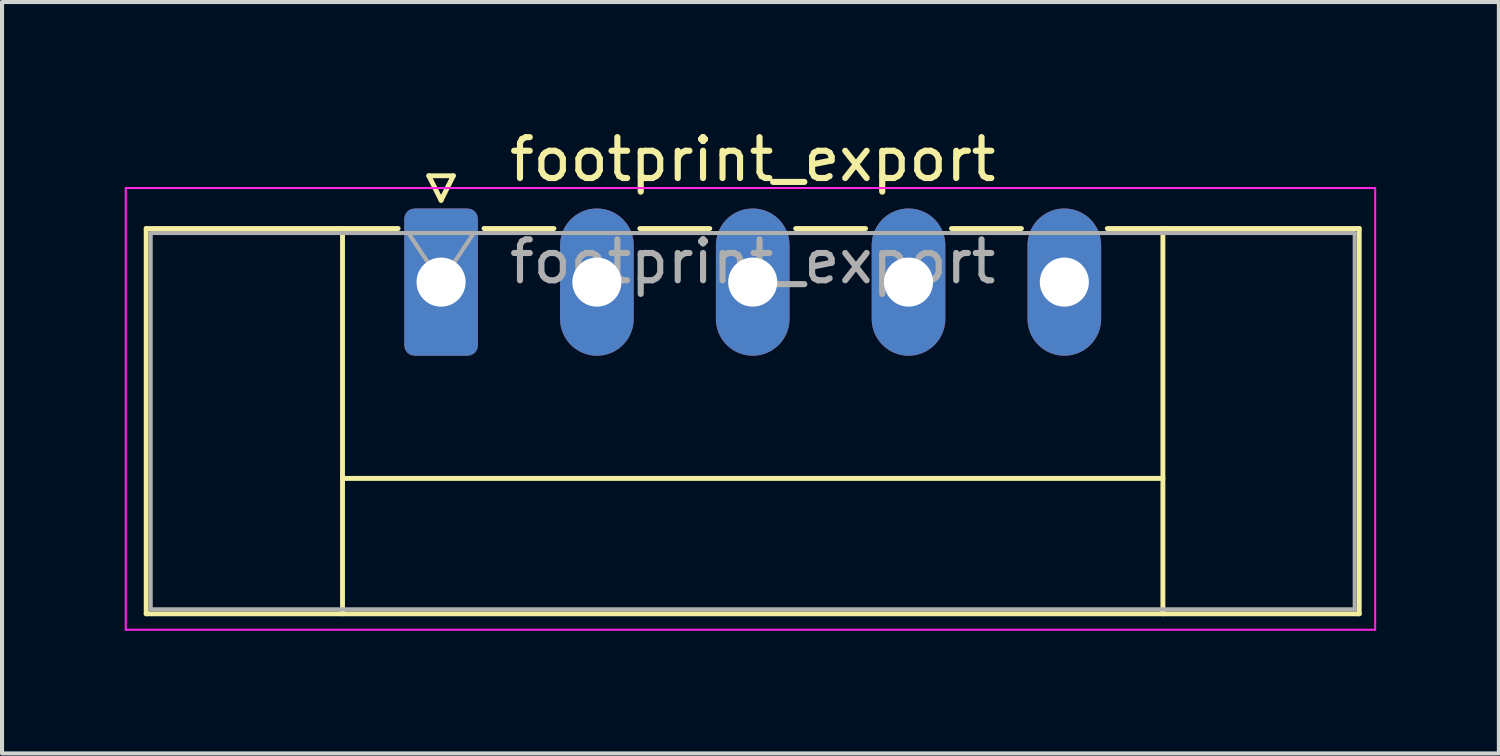
<source format=kicad_pcb>
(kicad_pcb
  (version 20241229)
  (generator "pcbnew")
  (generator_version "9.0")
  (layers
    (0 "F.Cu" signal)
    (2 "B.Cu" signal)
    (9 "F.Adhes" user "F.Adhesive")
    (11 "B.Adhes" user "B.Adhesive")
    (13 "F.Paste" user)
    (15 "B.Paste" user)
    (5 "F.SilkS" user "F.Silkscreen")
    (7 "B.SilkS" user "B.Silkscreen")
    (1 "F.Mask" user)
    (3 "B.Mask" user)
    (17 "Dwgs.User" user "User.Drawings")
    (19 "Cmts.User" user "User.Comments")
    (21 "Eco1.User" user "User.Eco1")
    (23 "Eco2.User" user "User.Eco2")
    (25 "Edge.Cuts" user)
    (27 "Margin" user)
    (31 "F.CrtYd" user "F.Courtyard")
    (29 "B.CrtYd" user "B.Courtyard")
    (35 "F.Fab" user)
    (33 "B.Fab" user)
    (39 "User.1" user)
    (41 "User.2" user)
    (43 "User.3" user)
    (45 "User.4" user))
  (footprint "footprint_export"
    (layer "F.Cu")
    (at 7.735 3.848)
    (property "Reference" "footprint_export" (at 7.62 -3 0) (layer "F.SilkS") (effects (font (size 1 1) (thickness 0.15))))
    (attr through_hole)
    (fp_line (start -7.21 -1.31) (end -7.21 8.11) (stroke (width 0.12) (type solid)) (layer "F.SilkS"))
    (fp_line (start -7.21 -1.31) (end -1.05 -1.31) (stroke (width 0.12) (type solid)) (layer "F.SilkS"))
    (fp_line (start -7.21 8.11) (end 22.45 8.11) (stroke (width 0.12) (type solid)) (layer "F.SilkS"))
    (fp_line (start -2.41 -1.31) (end -2.41 8.11) (stroke (width 0.12) (type solid)) (layer "F.SilkS"))
    (fp_line (start -2.41 4.8) (end 17.65 4.8) (stroke (width 0.12) (type solid)) (layer "F.SilkS"))
    (fp_line (start -0.3 -2.6) (end 0.3 -2.6) (stroke (width 0.12) (type solid)) (layer "F.SilkS"))
    (fp_line (start 0 -2) (end -0.3 -2.6) (stroke (width 0.12) (type solid)) (layer "F.SilkS"))
    (fp_line (start 0.3 -2.6) (end 0 -2) (stroke (width 0.12) (type solid)) (layer "F.SilkS"))
    (fp_line (start 1.05 -1.31) (end 2.76 -1.31) (stroke (width 0.12) (type solid)) (layer "F.SilkS"))
    (fp_line (start 4.86 -1.31) (end 6.57 -1.31) (stroke (width 0.12) (type solid)) (layer "F.SilkS"))
    (fp_line (start 8.67 -1.31) (end 10.38 -1.31) (stroke (width 0.12) (type solid)) (layer "F.SilkS"))
    (fp_line (start 12.48 -1.31) (end 14.19 -1.31) (stroke (width 0.12) (type solid)) (layer "F.SilkS"))
    (fp_line (start 17.65 -1.31) (end 17.65 8.11) (stroke (width 0.12) (type solid)) (layer "F.SilkS"))
    (fp_line (start 22.45 -1.31) (end 16.29 -1.31) (stroke (width 0.12) (type solid)) (layer "F.SilkS"))
    (fp_line (start 22.45 8.11) (end 22.45 -1.31) (stroke (width 0.12) (type solid)) (layer "F.SilkS"))
    (fp_line (start -7.71 -2.3) (end -7.71 8.5) (stroke (width 0.05) (type solid)) (layer "F.CrtYd"))
    (fp_line (start -7.71 8.5) (end 22.84 8.5) (stroke (width 0.05) (type solid)) (layer "F.CrtYd"))
    (fp_line (start 22.84 -2.3) (end -7.71 -2.3) (stroke (width 0.05) (type solid)) (layer "F.CrtYd"))
    (fp_line (start 22.84 8.5) (end 22.84 -2.3) (stroke (width 0.05) (type solid)) (layer "F.CrtYd"))
    (fp_line (start -7.1 -1.2) (end -7.1 8) (stroke (width 0.1) (type solid)) (layer "F.Fab"))
    (fp_line (start -7.1 8) (end 22.34 8) (stroke (width 0.1) (type solid)) (layer "F.Fab"))
    (fp_line (start 0 0) (end -0.8 -1.2) (stroke (width 0.1) (type solid)) (layer "F.Fab"))
    (fp_line (start 0.8 -1.2) (end 0 0) (stroke (width 0.1) (type solid)) (layer "F.Fab"))
    (fp_line (start 22.34 -1.2) (end -7.1 -1.2) (stroke (width 0.1) (type solid)) (layer "F.Fab"))
    (fp_line (start 22.34 8) (end 22.34 -1.2) (stroke (width 0.1) (type solid)) (layer "F.Fab"))
    (fp_text user "${REFERENCE}" (at 7.62 -0.5 0) (layer "F.Fab") (effects (font (size 1 1) (thickness 0.15))))
    (pad "1" thru_hole roundrect (at 0 0) (size 1.8 3.6) (drill 1.2) (layers "*.Cu" "*.Mask") (roundrect_rratio 0.139))
    (pad "2" thru_hole oval (at 3.81 0) (size 1.8 3.6) (drill 1.2) (layers "*.Cu" "*.Mask"))
    (pad "3" thru_hole oval (at 7.62 0) (size 1.8 3.6) (drill 1.2) (layers "*.Cu" "*.Mask"))
    (pad "4" thru_hole oval (at 11.43 0) (size 1.8 3.6) (drill 1.2) (layers "*.Cu" "*.Mask"))
    (pad "5" thru_hole oval (at 15.24 0) (size 1.8 3.6) (drill 1.2) (layers "*.Cu" "*.Mask")))
  (gr_rect
    (start -3 -3)
    (end 33.6 15.373)
    (stroke (width 0.1) (type default))
    (fill no)
    (layer "Edge.Cuts")))
</source>
